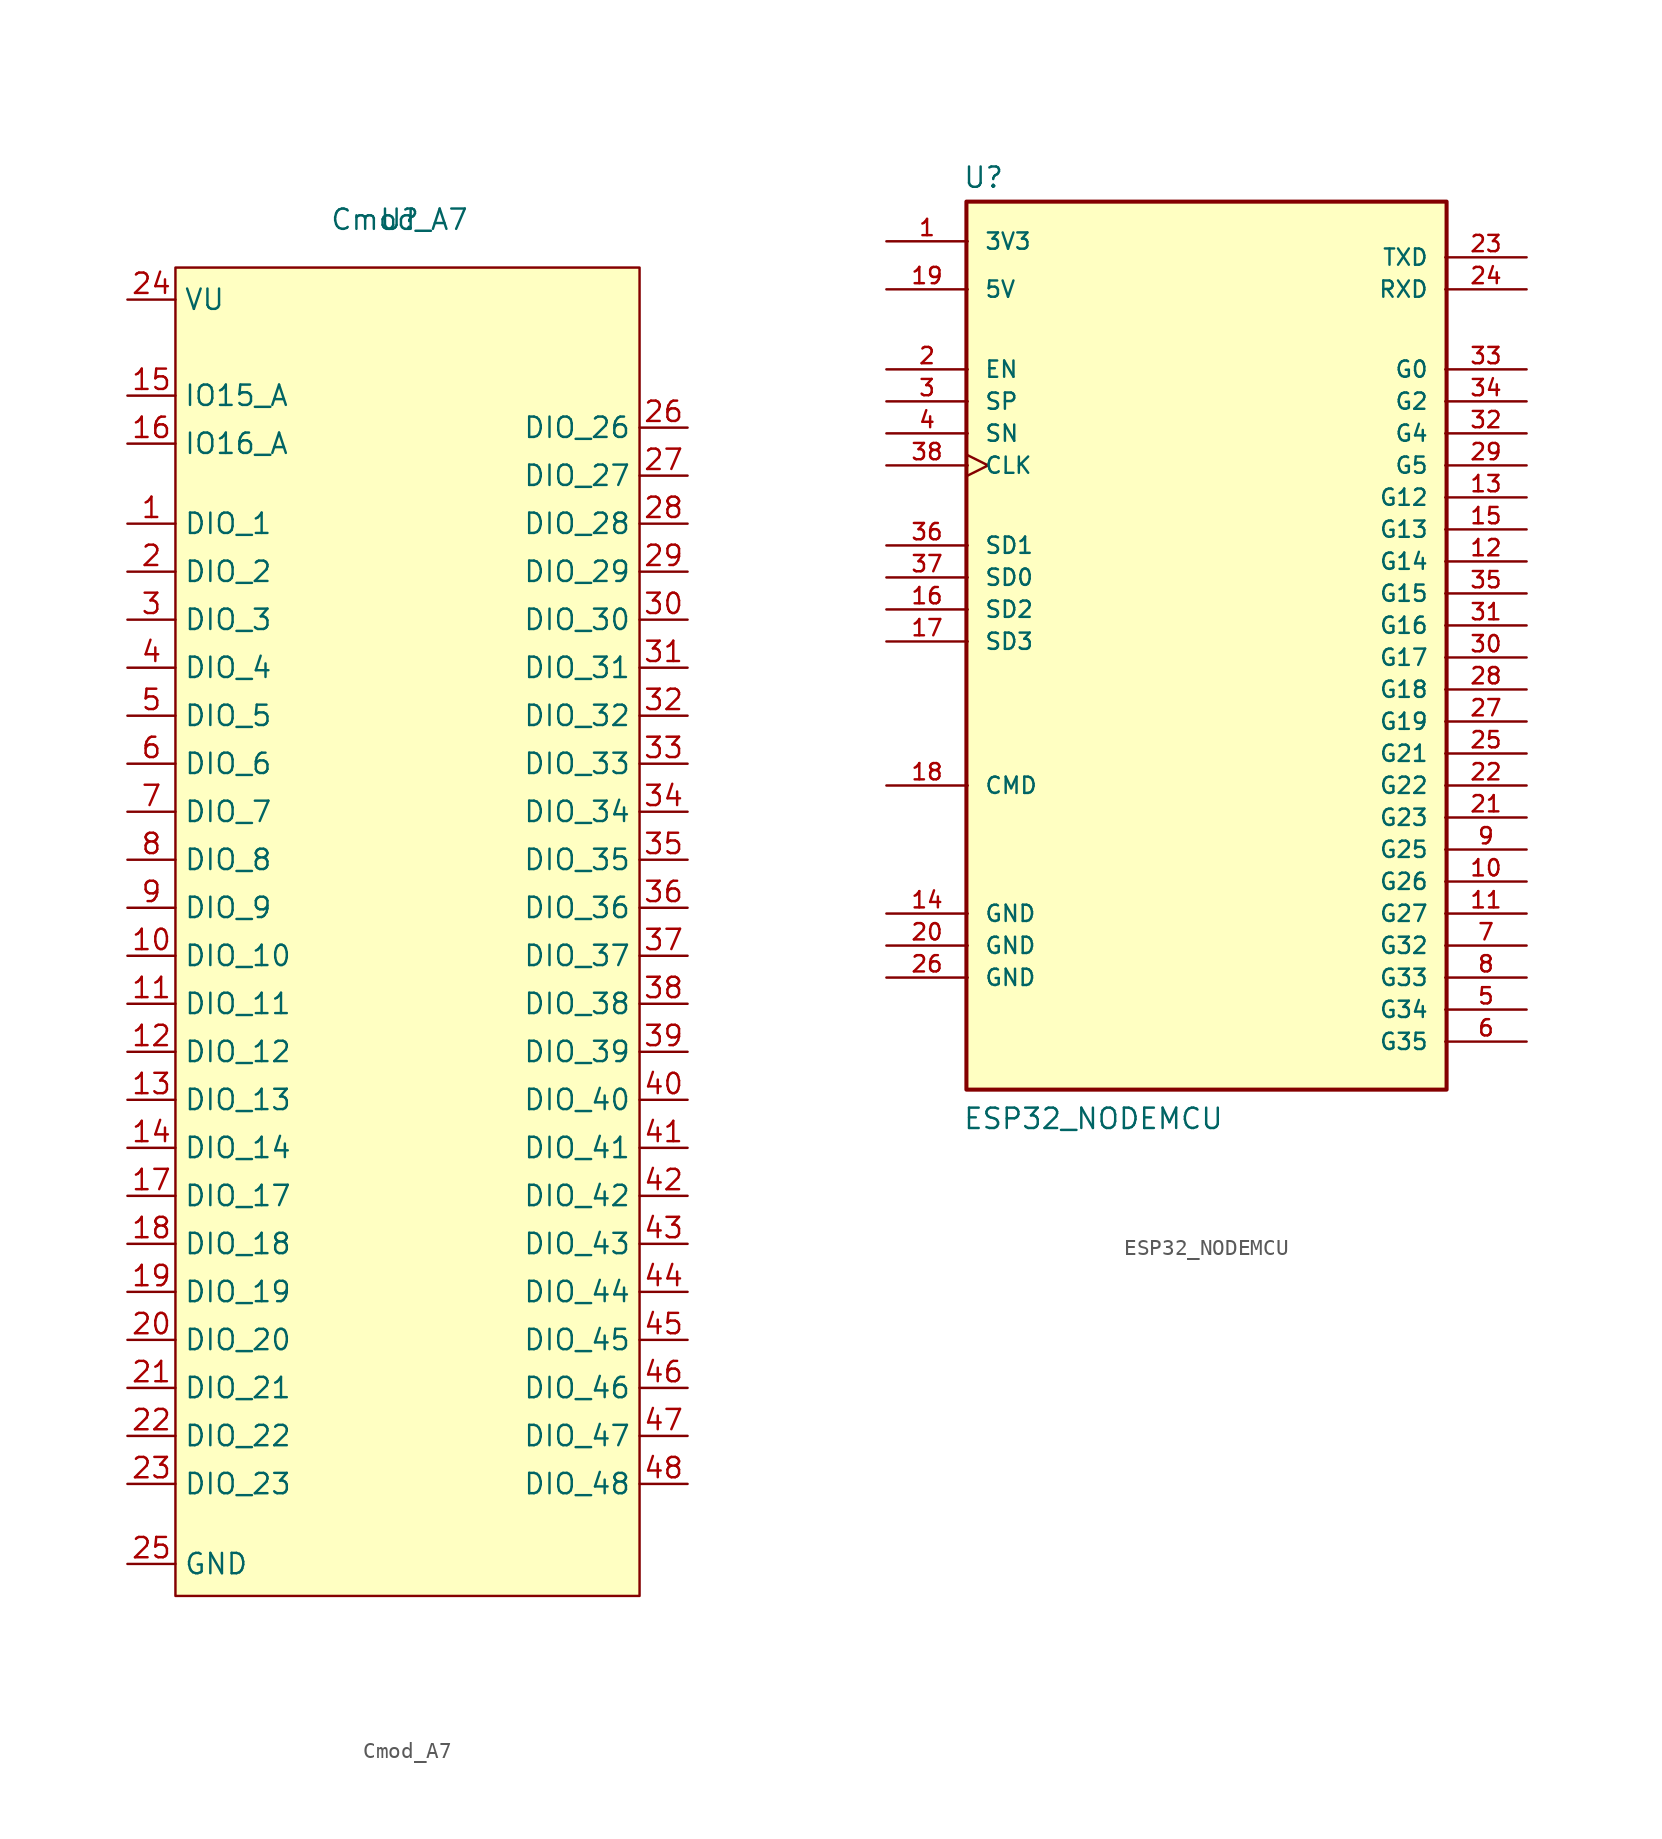
<source format=kicad_sym>
(kicad_symbol_lib
  (version 20211014)
  (generator kicad_symbol_editor)
  (symbol "Cmod_A7"
    (property "Reference" "U"
      (at 0 0 0)
      (effects (font (size 1.27 1.27))))
    (property "Value" "Cmod_A7"
      (at 0 0 0)
      (effects (font (size 1.27 1.27))))
    (symbol "Cmod_A7_0_1"
      (rectangle (start -14 -3) (end 15 -86) (stroke (width 0) (type default) (color 0 0 0 0)) (fill (type background))))
    (symbol "Cmod_A7_1_1"
      (pin passive line (at -17 -19 0) (length 3) (name "DIO_1" (effects (font (size 1.27 1.27)))) (number "1" (effects (font (size 1.27 1.27)))))
      (pin passive line (at -17 -46 0) (length 3) (name "DIO_10" (effects (font (size 1.27 1.27)))) (number "10" (effects (font (size 1.27 1.27)))))
      (pin passive line (at -17 -49 0) (length 3) (name "DIO_11" (effects (font (size 1.27 1.27)))) (number "11" (effects (font (size 1.27 1.27)))))
      (pin passive line (at -17 -52 0) (length 3) (name "DIO_12" (effects (font (size 1.27 1.27)))) (number "12" (effects (font (size 1.27 1.27)))))
      (pin passive line (at -17 -55 0) (length 3) (name "DIO_13" (effects (font (size 1.27 1.27)))) (number "13" (effects (font (size 1.27 1.27)))))
      (pin passive line (at -17 -58 0) (length 3) (name "DIO_14" (effects (font (size 1.27 1.27)))) (number "14" (effects (font (size 1.27 1.27)))))
      (pin passive line (at -17 -11 0) (length 3) (name "IO15_A" (effects (font (size 1.27 1.27)))) (number "15" (effects (font (size 1.27 1.27)))))
      (pin passive line (at -17 -14 0) (length 3) (name "IO16_A" (effects (font (size 1.27 1.27)))) (number "16" (effects (font (size 1.27 1.27)))))
      (pin passive line (at -17 -61 0) (length 3) (name "DIO_17" (effects (font (size 1.27 1.27)))) (number "17" (effects (font (size 1.27 1.27)))))
      (pin passive line (at -17 -64 0) (length 3) (name "DIO_18" (effects (font (size 1.27 1.27)))) (number "18" (effects (font (size 1.27 1.27)))))
      (pin passive line (at -17 -67 0) (length 3) (name "DIO_19" (effects (font (size 1.27 1.27)))) (number "19" (effects (font (size 1.27 1.27)))))
      (pin passive line (at -17 -22 0) (length 3) (name "DIO_2" (effects (font (size 1.27 1.27)))) (number "2" (effects (font (size 1.27 1.27)))))
      (pin passive line (at -17 -70 0) (length 3) (name "DIO_20" (effects (font (size 1.27 1.27)))) (number "20" (effects (font (size 1.27 1.27)))))
      (pin passive line (at -17 -73 0) (length 3) (name "DIO_21" (effects (font (size 1.27 1.27)))) (number "21" (effects (font (size 1.27 1.27)))))
      (pin passive line (at -17 -76 0) (length 3) (name "DIO_22" (effects (font (size 1.27 1.27)))) (number "22" (effects (font (size 1.27 1.27)))))
      (pin passive line (at -17 -79 0) (length 3) (name "DIO_23" (effects (font (size 1.27 1.27)))) (number "23" (effects (font (size 1.27 1.27)))))
      (pin passive line (at -17 -5 0) (length 3) (name "VU" (effects (font (size 1.27 1.27)))) (number "24" (effects (font (size 1.27 1.27)))))
      (pin passive line (at -17 -84 0) (length 3) (name "GND" (effects (font (size 1.27 1.27)))) (number "25" (effects (font (size 1.27 1.27)))))
      (pin passive line (at 18 -13 180) (length 3) (name "DIO_26" (effects (font (size 1.27 1.27)))) (number "26" (effects (font (size 1.27 1.27)))))
      (pin passive line (at 18 -16 180) (length 3) (name "DIO_27" (effects (font (size 1.27 1.27)))) (number "27" (effects (font (size 1.27 1.27)))))
      (pin passive line (at 18 -19 180) (length 3) (name "DIO_28" (effects (font (size 1.27 1.27)))) (number "28" (effects (font (size 1.27 1.27)))))
      (pin passive line (at 18 -22 180) (length 3) (name "DIO_29" (effects (font (size 1.27 1.27)))) (number "29" (effects (font (size 1.27 1.27)))))
      (pin passive line (at -17 -25 0) (length 3) (name "DIO_3" (effects (font (size 1.27 1.27)))) (number "3" (effects (font (size 1.27 1.27)))))
      (pin passive line (at 18 -25 180) (length 3) (name "DIO_30" (effects (font (size 1.27 1.27)))) (number "30" (effects (font (size 1.27 1.27)))))
      (pin passive line (at 18 -28 180) (length 3) (name "DIO_31" (effects (font (size 1.27 1.27)))) (number "31" (effects (font (size 1.27 1.27)))))
      (pin passive line (at 18 -31 180) (length 3) (name "DIO_32" (effects (font (size 1.27 1.27)))) (number "32" (effects (font (size 1.27 1.27)))))
      (pin passive line (at 18 -34 180) (length 3) (name "DIO_33" (effects (font (size 1.27 1.27)))) (number "33" (effects (font (size 1.27 1.27)))))
      (pin passive line (at 18 -37 180) (length 3) (name "DIO_34" (effects (font (size 1.27 1.27)))) (number "34" (effects (font (size 1.27 1.27)))))
      (pin passive line (at 18 -40 180) (length 3) (name "DIO_35" (effects (font (size 1.27 1.27)))) (number "35" (effects (font (size 1.27 1.27)))))
      (pin passive line (at 18 -43 180) (length 3) (name "DIO_36" (effects (font (size 1.27 1.27)))) (number "36" (effects (font (size 1.27 1.27)))))
      (pin passive line (at 18 -46 180) (length 3) (name "DIO_37" (effects (font (size 1.27 1.27)))) (number "37" (effects (font (size 1.27 1.27)))))
      (pin passive line (at 18 -49 180) (length 3) (name "DIO_38" (effects (font (size 1.27 1.27)))) (number "38" (effects (font (size 1.27 1.27)))))
      (pin passive line (at 18 -52 180) (length 3) (name "DIO_39" (effects (font (size 1.27 1.27)))) (number "39" (effects (font (size 1.27 1.27)))))
      (pin passive line (at -17 -28 0) (length 3) (name "DIO_4" (effects (font (size 1.27 1.27)))) (number "4" (effects (font (size 1.27 1.27)))))
      (pin passive line (at 18 -55 180) (length 3) (name "DIO_40" (effects (font (size 1.27 1.27)))) (number "40" (effects (font (size 1.27 1.27)))))
      (pin passive line (at 18 -58 180) (length 3) (name "DIO_41" (effects (font (size 1.27 1.27)))) (number "41" (effects (font (size 1.27 1.27)))))
      (pin passive line (at 18 -61 180) (length 3) (name "DIO_42" (effects (font (size 1.27 1.27)))) (number "42" (effects (font (size 1.27 1.27)))))
      (pin passive line (at 18 -64 180) (length 3) (name "DIO_43" (effects (font (size 1.27 1.27)))) (number "43" (effects (font (size 1.27 1.27)))))
      (pin passive line (at 18 -67 180) (length 3) (name "DIO_44" (effects (font (size 1.27 1.27)))) (number "44" (effects (font (size 1.27 1.27)))))
      (pin passive line (at 18 -70 180) (length 3) (name "DIO_45" (effects (font (size 1.27 1.27)))) (number "45" (effects (font (size 1.27 1.27)))))
      (pin passive line (at 18 -73 180) (length 3) (name "DIO_46" (effects (font (size 1.27 1.27)))) (number "46" (effects (font (size 1.27 1.27)))))
      (pin passive line (at 18 -76 180) (length 3) (name "DIO_47" (effects (font (size 1.27 1.27)))) (number "47" (effects (font (size 1.27 1.27)))))
      (pin passive line (at 18 -79 180) (length 3) (name "DIO_48" (effects (font (size 1.27 1.27)))) (number "48" (effects (font (size 1.27 1.27)))))
      (pin passive line (at -17 -31 0) (length 3) (name "DIO_5" (effects (font (size 1.27 1.27)))) (number "5" (effects (font (size 1.27 1.27)))))
      (pin passive line (at -17 -34 0) (length 3) (name "DIO_6" (effects (font (size 1.27 1.27)))) (number "6" (effects (font (size 1.27 1.27)))))
      (pin passive line (at -17 -37 0) (length 3) (name "DIO_7" (effects (font (size 1.27 1.27)))) (number "7" (effects (font (size 1.27 1.27)))))
      (pin passive line (at -17 -40 0) (length 3) (name "DIO_8" (effects (font (size 1.27 1.27)))) (number "8" (effects (font (size 1.27 1.27)))))
      (pin passive line (at -17 -43 0) (length 3) (name "DIO_9" (effects (font (size 1.27 1.27)))) (number "9" (effects (font (size 1.27 1.27)))))))
  (symbol "ESP32_NODEMCU"
    (pin_names
      (offset 1.016))
    (property "Reference" "U"
      (at -15.24 31.242 0)
      (effects (font (size 1.27 1.27)) (justify left bottom)))
    (property "Value" "ESP32_NODEMCU"
      (at -15.24 -27.56 0)
      (effects (font (size 1.27 1.27)) (justify left bottom)))
    (symbol "ESP32_NODEMCU_0_0"
      (rectangle (start -15 30.48) (end 15 -25) (stroke (width 0.254) (type default) (color 0 0 0 0)) (fill (type background)))
      (pin power_in line (at -20 28 0) (length 5.08) (name "3V3" (effects (font (size 1.016 1.016)))) (number "1" (effects (font (size 1.016 1.016)))))
      (pin bidirectional line (at 20 -12 180) (length 5.08) (name "G26" (effects (font (size 1.016 1.016)))) (number "10" (effects (font (size 1.016 1.016)))))
      (pin bidirectional line (at 20 -14 180) (length 5.08) (name "G27" (effects (font (size 1.016 1.016)))) (number "11" (effects (font (size 1.016 1.016)))))
      (pin bidirectional line (at 20 8 180) (length 5.08) (name "G14" (effects (font (size 1.016 1.016)))) (number "12" (effects (font (size 1.016 1.016)))))
      (pin bidirectional line (at 20 12 180) (length 5.08) (name "G12" (effects (font (size 1.016 1.016)))) (number "13" (effects (font (size 1.016 1.016)))))
      (pin power_in line (at -20 -14 0) (length 5.08) (name "GND" (effects (font (size 1.016 1.016)))) (number "14" (effects (font (size 1.016 1.016)))))
      (pin bidirectional line (at 20 10 180) (length 5.08) (name "G13" (effects (font (size 1.016 1.016)))) (number "15" (effects (font (size 1.016 1.016)))))
      (pin bidirectional line (at -20 5 0) (length 5.08) (name "SD2" (effects (font (size 1.016 1.016)))) (number "16" (effects (font (size 1.016 1.016)))))
      (pin bidirectional line (at -20 3 0) (length 5.08) (name "SD3" (effects (font (size 1.016 1.016)))) (number "17" (effects (font (size 1.016 1.016)))))
      (pin bidirectional line (at -20 -6 0) (length 5.08) (name "CMD" (effects (font (size 1.016 1.016)))) (number "18" (effects (font (size 1.016 1.016)))))
      (pin power_in line (at -20 25 0) (length 5.08) (name "5V" (effects (font (size 1.016 1.016)))) (number "19" (effects (font (size 1.016 1.016)))))
      (pin input line (at -20 20 0) (length 5.08) (name "EN" (effects (font (size 1.016 1.016)))) (number "2" (effects (font (size 1.016 1.016)))))
      (pin power_in line (at -20 -16 0) (length 5.08) (name "GND" (effects (font (size 1.016 1.016)))) (number "20" (effects (font (size 1.016 1.016)))))
      (pin bidirectional line (at 20 -8 180) (length 5.08) (name "G23" (effects (font (size 1.016 1.016)))) (number "21" (effects (font (size 1.016 1.016)))))
      (pin bidirectional line (at 20 -6 180) (length 5.08) (name "G22" (effects (font (size 1.016 1.016)))) (number "22" (effects (font (size 1.016 1.016)))))
      (pin output line (at 20 27 180) (length 5.08) (name "TXD" (effects (font (size 1.016 1.016)))) (number "23" (effects (font (size 1.016 1.016)))))
      (pin input line (at 20 25 180) (length 5.08) (name "RXD" (effects (font (size 1.016 1.016)))) (number "24" (effects (font (size 1.016 1.016)))))
      (pin bidirectional line (at 20 -4 180) (length 5.08) (name "G21" (effects (font (size 1.016 1.016)))) (number "25" (effects (font (size 1.016 1.016)))))
      (pin power_in line (at -20 -18 0) (length 5.08) (name "GND" (effects (font (size 1.016 1.016)))) (number "26" (effects (font (size 1.016 1.016)))))
      (pin bidirectional line (at 20 -2 180) (length 5.08) (name "G19" (effects (font (size 1.016 1.016)))) (number "27" (effects (font (size 1.016 1.016)))))
      (pin bidirectional line (at 20 0 180) (length 5.08) (name "G18" (effects (font (size 1.016 1.016)))) (number "28" (effects (font (size 1.016 1.016)))))
      (pin bidirectional line (at 20 14 180) (length 5.08) (name "G5" (effects (font (size 1.016 1.016)))) (number "29" (effects (font (size 1.016 1.016)))))
      (pin input line (at -20 18 0) (length 5.08) (name "SP" (effects (font (size 1.016 1.016)))) (number "3" (effects (font (size 1.016 1.016)))))
      (pin bidirectional line (at 20 2 180) (length 5.08) (name "G17" (effects (font (size 1.016 1.016)))) (number "30" (effects (font (size 1.016 1.016)))))
      (pin bidirectional line (at 20 4 180) (length 5.08) (name "G16" (effects (font (size 1.016 1.016)))) (number "31" (effects (font (size 1.016 1.016)))))
      (pin bidirectional line (at 20 16 180) (length 5.08) (name "G4" (effects (font (size 1.016 1.016)))) (number "32" (effects (font (size 1.016 1.016)))))
      (pin bidirectional line (at 20 20 180) (length 5.08) (name "G0" (effects (font (size 1.016 1.016)))) (number "33" (effects (font (size 1.016 1.016)))))
      (pin bidirectional line (at 20 18 180) (length 5.08) (name "G2" (effects (font (size 1.016 1.016)))) (number "34" (effects (font (size 1.016 1.016)))))
      (pin bidirectional line (at 20 6 180) (length 5.08) (name "G15" (effects (font (size 1.016 1.016)))) (number "35" (effects (font (size 1.016 1.016)))))
      (pin bidirectional line (at -20 9 0) (length 5.08) (name "SD1" (effects (font (size 1.016 1.016)))) (number "36" (effects (font (size 1.016 1.016)))))
      (pin bidirectional line (at -20 7 0) (length 5.08) (name "SD0" (effects (font (size 1.016 1.016)))) (number "37" (effects (font (size 1.016 1.016)))))
      (pin input clock (at -20 14 0) (length 5.08) (name "CLK" (effects (font (size 1.016 1.016)))) (number "38" (effects (font (size 1.016 1.016)))))
      (pin input line (at -20 16 0) (length 5.08) (name "SN" (effects (font (size 1.016 1.016)))) (number "4" (effects (font (size 1.016 1.016)))))
      (pin bidirectional line (at 20 -20 180) (length 5.08) (name "G34" (effects (font (size 1.016 1.016)))) (number "5" (effects (font (size 1.016 1.016)))))
      (pin bidirectional line (at 20 -22 180) (length 5.08) (name "G35" (effects (font (size 1.016 1.016)))) (number "6" (effects (font (size 1.016 1.016)))))
      (pin bidirectional line (at 20 -16 180) (length 5.08) (name "G32" (effects (font (size 1.016 1.016)))) (number "7" (effects (font (size 1.016 1.016)))))
      (pin bidirectional line (at 20 -18 180) (length 5.08) (name "G33" (effects (font (size 1.016 1.016)))) (number "8" (effects (font (size 1.016 1.016)))))
      (pin bidirectional line (at 20 -10 180) (length 5.08) (name "G25" (effects (font (size 1.016 1.016)))) (number "9" (effects (font (size 1.016 1.016))))))))
</source>
